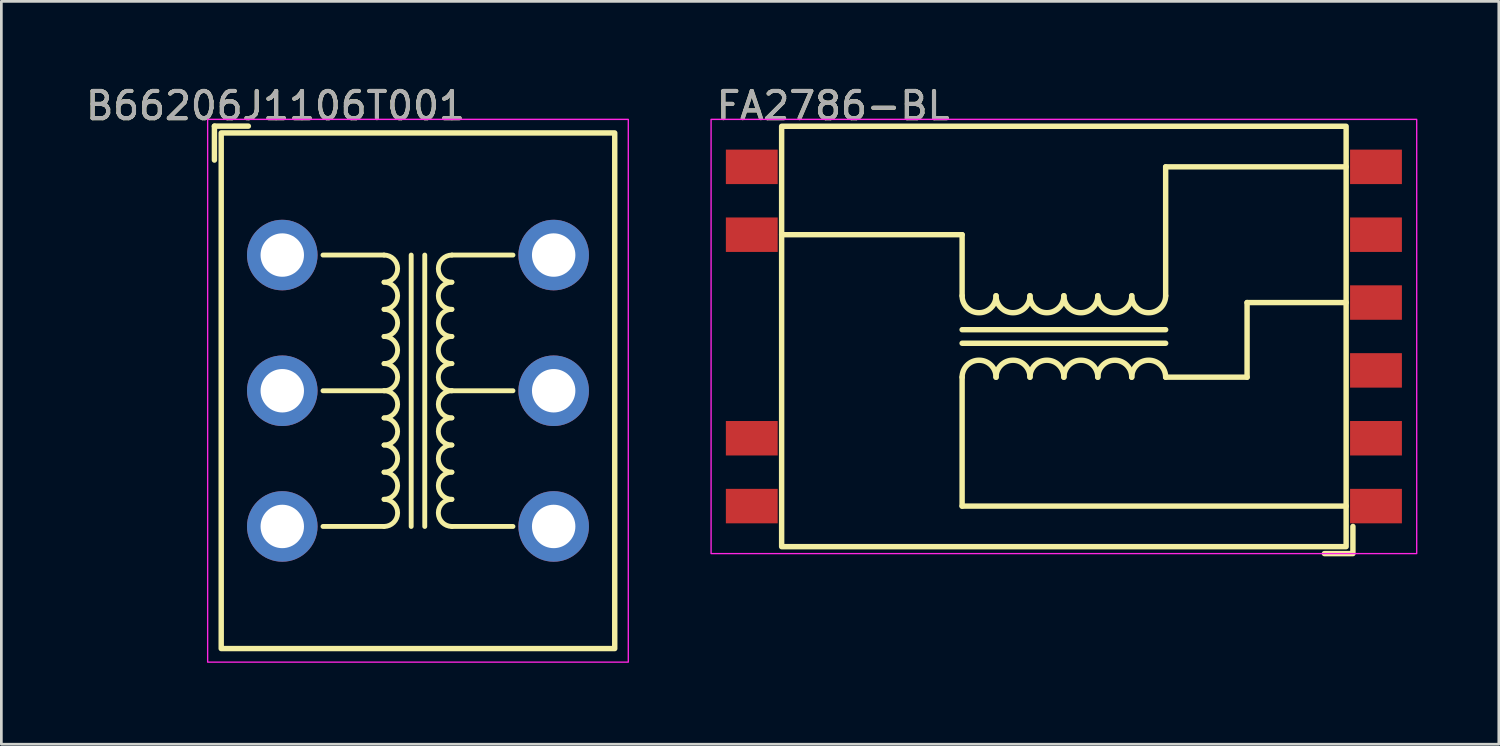
<source format=kicad_pcb>
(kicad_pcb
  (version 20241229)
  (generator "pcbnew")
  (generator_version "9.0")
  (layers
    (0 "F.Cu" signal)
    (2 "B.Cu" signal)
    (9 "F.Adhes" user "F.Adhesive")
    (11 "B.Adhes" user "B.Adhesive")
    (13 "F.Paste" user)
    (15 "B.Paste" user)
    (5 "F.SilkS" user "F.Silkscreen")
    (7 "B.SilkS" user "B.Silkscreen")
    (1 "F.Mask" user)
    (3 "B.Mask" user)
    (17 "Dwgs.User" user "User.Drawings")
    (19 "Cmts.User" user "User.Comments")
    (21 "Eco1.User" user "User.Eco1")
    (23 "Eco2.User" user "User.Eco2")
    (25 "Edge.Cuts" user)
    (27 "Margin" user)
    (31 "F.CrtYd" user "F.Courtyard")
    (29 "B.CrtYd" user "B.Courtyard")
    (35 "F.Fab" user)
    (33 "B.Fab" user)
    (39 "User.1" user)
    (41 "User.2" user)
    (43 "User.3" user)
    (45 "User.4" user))
  (footprint "B66206J1106T001"
    (layer "F.Cu")
    (at 12.351 11.348)
    (property "Reference" "B66206J1106T001" (at -5.25 -10.5 0) (unlocked yes) (layer "F.SilkS") (effects (font (size 1 1) (thickness 0.15))))
    (attr through_hole)
    (fp_line (start -7.5 -8.5) (end -7.5 -9.75) (stroke (width 0.2) (type solid)) (layer "F.SilkS"))
    (fp_line (start -6.25 -9.75) (end -7.5 -9.75) (stroke (width 0.2) (type solid)) (layer "F.SilkS"))
    (fp_line (start -3.5 -5) (end -1.25 -5) (stroke (width 0.18) (type solid)) (layer "F.SilkS"))
    (fp_line (start -3.5 0) (end -1.25 0) (stroke (width 0.18) (type solid)) (layer "F.SilkS"))
    (fp_line (start -3.5 5) (end -1.25 5) (stroke (width 0.18) (type solid)) (layer "F.SilkS"))
    (fp_line (start -0.25 -5) (end -0.25 5) (stroke (width 0.18) (type solid)) (layer "F.SilkS"))
    (fp_line (start 0.25 -5) (end 0.25 5) (stroke (width 0.18) (type solid)) (layer "F.SilkS"))
    (fp_line (start 3.5 -5) (end 1.25 -5) (stroke (width 0.18) (type solid)) (layer "F.SilkS"))
    (fp_line (start 3.5 0) (end 1.25 0) (stroke (width 0.18) (type solid)) (layer "F.SilkS"))
    (fp_line (start 3.5 5) (end 1.25 5) (stroke (width 0.18) (type solid)) (layer "F.SilkS"))
    (fp_rect (start -7.25 -9.5) (end 7.25 9.5) (stroke (width 0.2) (type solid)) (fill no) (layer "F.SilkS"))
    (fp_arc (start -1.25 -5) (mid -0.75 -4.5) (end -1.25 -4) (stroke (width 0.18) (type solid)) (layer "F.SilkS"))
    (fp_arc (start -1.25 -4) (mid -0.75 -3.5) (end -1.25 -3) (stroke (width 0.18) (type solid)) (layer "F.SilkS"))
    (fp_arc (start -1.25 -3) (mid -0.75 -2.5) (end -1.25 -2) (stroke (width 0.18) (type solid)) (layer "F.SilkS"))
    (fp_arc (start -1.25 -2) (mid -0.75 -1.5) (end -1.25 -1) (stroke (width 0.18) (type solid)) (layer "F.SilkS"))
    (fp_arc (start -1.25 -1) (mid -0.75 -0.5) (end -1.25 0) (stroke (width 0.18) (type solid)) (layer "F.SilkS"))
    (fp_arc (start -1.25 0) (mid -0.75 0.5) (end -1.25 1) (stroke (width 0.18) (type solid)) (layer "F.SilkS"))
    (fp_arc (start -1.25 1) (mid -0.75 1.5) (end -1.25 2) (stroke (width 0.18) (type solid)) (layer "F.SilkS"))
    (fp_arc (start -1.25 2) (mid -0.75 2.5) (end -1.25 3) (stroke (width 0.18) (type solid)) (layer "F.SilkS"))
    (fp_arc (start -1.25 3) (mid -0.75 3.5) (end -1.25 4) (stroke (width 0.18) (type solid)) (layer "F.SilkS"))
    (fp_arc (start -1.25 4) (mid -0.75 4.5) (end -1.25 5) (stroke (width 0.18) (type solid)) (layer "F.SilkS"))
    (fp_arc (start 1.25 -4) (mid 0.75 -4.5) (end 1.25 -5) (stroke (width 0.18) (type solid)) (layer "F.SilkS"))
    (fp_arc (start 1.25 -3) (mid 0.75 -3.5) (end 1.25 -4) (stroke (width 0.18) (type solid)) (layer "F.SilkS"))
    (fp_arc (start 1.25 -2) (mid 0.75 -2.5) (end 1.25 -3) (stroke (width 0.18) (type solid)) (layer "F.SilkS"))
    (fp_arc (start 1.25 -1) (mid 0.75 -1.5) (end 1.25 -2) (stroke (width 0.18) (type solid)) (layer "F.SilkS"))
    (fp_arc (start 1.25 0) (mid 0.75 -0.5) (end 1.25 -1) (stroke (width 0.18) (type solid)) (layer "F.SilkS"))
    (fp_arc (start 1.25 1) (mid 0.75 0.5) (end 1.25 0) (stroke (width 0.18) (type solid)) (layer "F.SilkS"))
    (fp_arc (start 1.25 2) (mid 0.75 1.5) (end 1.25 1) (stroke (width 0.18) (type solid)) (layer "F.SilkS"))
    (fp_arc (start 1.25 3) (mid 0.75 2.5) (end 1.25 2) (stroke (width 0.18) (type solid)) (layer "F.SilkS"))
    (fp_arc (start 1.25 4) (mid 0.75 3.5) (end 1.25 3) (stroke (width 0.18) (type solid)) (layer "F.SilkS"))
    (fp_arc (start 1.25 5) (mid 0.75 4.5) (end 1.25 4) (stroke (width 0.18) (type solid)) (layer "F.SilkS"))
    (fp_rect (start -7.75 -10) (end 7.75 10) (stroke (width 0.05) (type solid)) (fill no) (layer "F.CrtYd"))
    (fp_text user "${REFERENCE}" (at -5.25 -10.5 0) (unlocked yes) (layer "F.Fab") (effects (font (size 1 1) (thickness 0.15))))
    (pad "1" thru_hole circle (at -5 -5) (size 2.6 2.6) (drill 1.6) (layers "*.Cu" "*.Mask"))
    (pad "2" thru_hole circle (at -5 0) (size 2.6 2.6) (drill 1.6) (layers "*.Cu" "*.Mask"))
    (pad "3" thru_hole circle (at -5 5) (size 2.6 2.6) (drill 1.6) (layers "*.Cu" "*.Mask"))
    (pad "4" thru_hole circle (at 5 5) (size 2.6 2.6) (drill 1.6) (layers "*.Cu" "*.Mask"))
    (pad "5" thru_hole circle (at 5 0) (size 2.6 2.6) (drill 1.6) (layers "*.Cu" "*.Mask"))
    (pad "6" thru_hole circle (at 5 -5) (size 2.6 2.6) (drill 1.6) (layers "*.Cu" "*.Mask")))
  (footprint "FA2786-BL"
    (layer "F.Cu")
    (at 36.151 9.348)
    (property "Reference" "FA2786-BL" (at -8.5 -8.5 0) (unlocked yes) (layer "F.SilkS") (effects (font (size 1 1) (thickness 0.15))))
    (attr smd)
    (fp_line (start -3.75 -3.75) (end -10.4 -3.75) (stroke (width 0.2) (type solid)) (layer "F.SilkS"))
    (fp_line (start -3.75 -3.75) (end -3.75 -1.5) (stroke (width 0.2) (type solid)) (layer "F.SilkS"))
    (fp_line (start -3.75 6.25) (end -3.75 1.5) (stroke (width 0.2) (type solid)) (layer "F.SilkS"))
    (fp_line (start 3.75 -6.25) (end 3.75 -1.5) (stroke (width 0.2) (type solid)) (layer "F.SilkS"))
    (fp_line (start 3.75 -6.25) (end 10.4 -6.25) (stroke (width 0.2) (type solid)) (layer "F.SilkS"))
    (fp_line (start 3.75 -0.25) (end -3.75 -0.25) (stroke (width 0.2) (type solid)) (layer "F.SilkS"))
    (fp_line (start 3.75 0.25) (end -3.75 0.25) (stroke (width 0.2) (type solid)) (layer "F.SilkS"))
    (fp_line (start 3.75 1.5) (end 6.75 1.5) (stroke (width 0.2) (type solid)) (layer "F.SilkS"))
    (fp_line (start 6.75 -1.25) (end 10.4 -1.25) (stroke (width 0.2) (type solid)) (layer "F.SilkS"))
    (fp_line (start 6.75 1.5) (end 6.75 -1.25) (stroke (width 0.2) (type solid)) (layer "F.SilkS"))
    (fp_line (start 9.6 8) (end 10.6 8) (stroke (width 0.2) (type solid)) (layer "F.SilkS"))
    (fp_line (start 10.4 6.25) (end -3.75 6.25) (stroke (width 0.2) (type solid)) (layer "F.SilkS"))
    (fp_line (start 10.65 7) (end 10.65 8) (stroke (width 0.2) (type solid)) (layer "F.SilkS"))
    (fp_rect (start -10.4 -7.745) (end 10.4 7.745) (stroke (width 0.2) (type solid)) (fill no) (layer "F.SilkS"))
    (fp_arc (start -3.75 1.5) (mid -3.125 0.875) (end -2.5 1.5) (stroke (width 0.2) (type solid)) (layer "F.SilkS"))
    (fp_arc (start -2.5 -1.5) (mid -3.125 -0.875) (end -3.75 -1.5) (stroke (width 0.2) (type solid)) (layer "F.SilkS"))
    (fp_arc (start -2.5 1.5) (mid -1.875 0.875) (end -1.25 1.5) (stroke (width 0.2) (type solid)) (layer "F.SilkS"))
    (fp_arc (start -1.25 -1.5) (mid -1.875 -0.875) (end -2.5 -1.5) (stroke (width 0.2) (type solid)) (layer "F.SilkS"))
    (fp_arc (start -1.25 1.5) (mid -0.625 0.875) (end 0 1.5) (stroke (width 0.2) (type solid)) (layer "F.SilkS"))
    (fp_arc (start 0 -1.5) (mid -0.625 -0.875) (end -1.25 -1.5) (stroke (width 0.2) (type solid)) (layer "F.SilkS"))
    (fp_arc (start 0 1.5) (mid 0.625 0.875) (end 1.25 1.5) (stroke (width 0.2) (type solid)) (layer "F.SilkS"))
    (fp_arc (start 1.25 -1.5) (mid 0.625 -0.875) (end 0 -1.5) (stroke (width 0.2) (type solid)) (layer "F.SilkS"))
    (fp_arc (start 1.25 1.5) (mid 1.875 0.875) (end 2.5 1.5) (stroke (width 0.2) (type solid)) (layer "F.SilkS"))
    (fp_arc (start 2.5 -1.5) (mid 1.875 -0.875) (end 1.25 -1.5) (stroke (width 0.2) (type solid)) (layer "F.SilkS"))
    (fp_arc (start 2.5 1.5) (mid 3.125 0.875) (end 3.75 1.5) (stroke (width 0.2) (type solid)) (layer "F.SilkS"))
    (fp_arc (start 3.75 -1.5) (mid 3.125 -0.875) (end 2.5 -1.5) (stroke (width 0.2) (type solid)) (layer "F.SilkS"))
    (fp_rect (start -13 -8) (end 13 8) (stroke (width 0.05) (type solid)) (fill no) (layer "F.CrtYd"))
    (fp_text user "${REFERENCE}" (at -8.5 -8.5 0) (unlocked yes) (layer "F.Fab") (effects (font (size 1 1) (thickness 0.15))))
    (pad "1" smd rect (at 11.5 6.25) (size 1.91 1.27) (layers "F.Cu" "F.Mask" "F.Paste"))
    (pad "2" smd rect (at 11.5 3.75) (size 1.91 1.27) (layers "F.Cu" "F.Mask" "F.Paste"))
    (pad "3" smd rect (at 11.5 1.25) (size 1.91 1.27) (layers "F.Cu" "F.Mask" "F.Paste"))
    (pad "4" smd rect (at 11.5 -1.25) (size 1.91 1.27) (layers "F.Cu" "F.Mask" "F.Paste"))
    (pad "5" smd rect (at 11.5 -3.75) (size 1.91 1.27) (layers "F.Cu" "F.Mask" "F.Paste"))
    (pad "6" smd rect (at 11.5 -6.25) (size 1.91 1.27) (layers "F.Cu" "F.Mask" "F.Paste"))
    (pad "7" smd rect (at -11.5 -6.25) (size 1.91 1.27) (layers "F.Cu" "F.Mask" "F.Paste"))
    (pad "8" smd rect (at -11.5 -3.75) (size 1.91 1.27) (layers "F.Cu" "F.Mask" "F.Paste"))
    (pad "9" smd rect (at -11.5 3.75) (size 1.91 1.27) (layers "F.Cu" "F.Mask" "F.Paste"))
    (pad "10" smd rect (at -11.5 6.25) (size 1.91 1.27) (layers "F.Cu" "F.Mask" "F.Paste")))
  (gr_rect
    (start -3 -3)
    (end 52.176 24.373)
    (stroke (width 0.1) (type default))
    (fill no)
    (layer "Edge.Cuts")))
</source>
